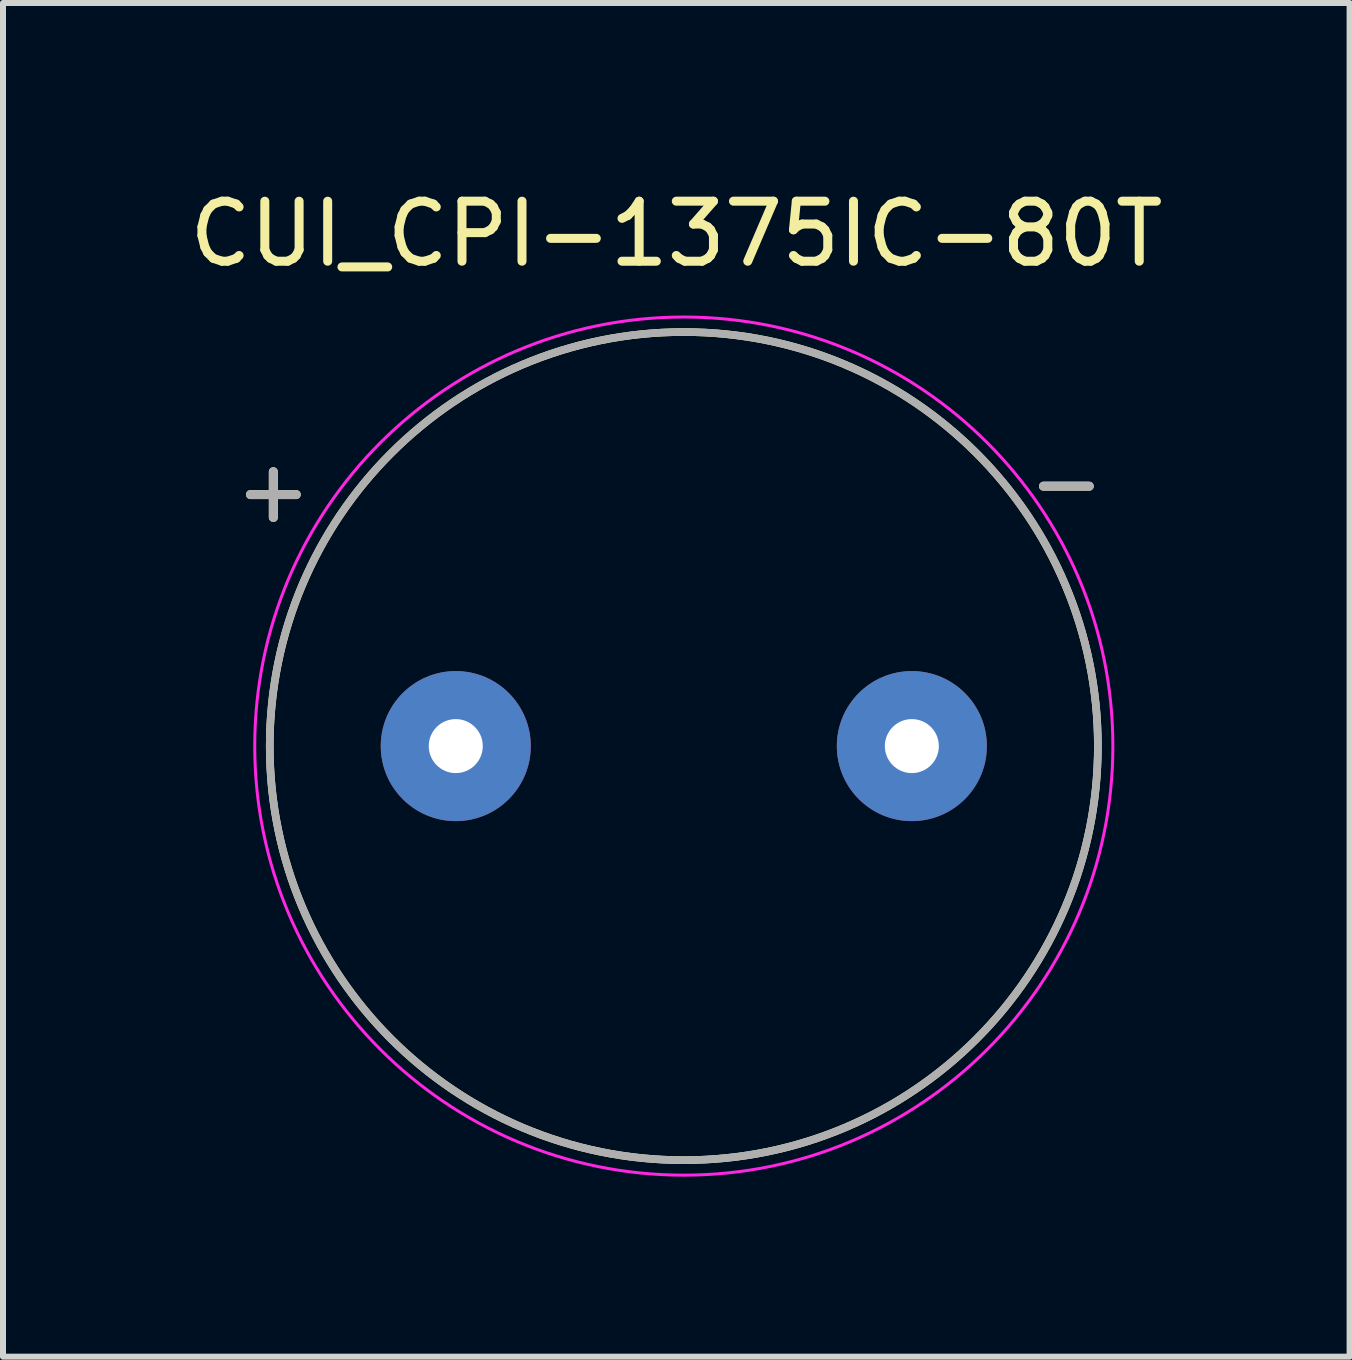
<source format=kicad_pcb>
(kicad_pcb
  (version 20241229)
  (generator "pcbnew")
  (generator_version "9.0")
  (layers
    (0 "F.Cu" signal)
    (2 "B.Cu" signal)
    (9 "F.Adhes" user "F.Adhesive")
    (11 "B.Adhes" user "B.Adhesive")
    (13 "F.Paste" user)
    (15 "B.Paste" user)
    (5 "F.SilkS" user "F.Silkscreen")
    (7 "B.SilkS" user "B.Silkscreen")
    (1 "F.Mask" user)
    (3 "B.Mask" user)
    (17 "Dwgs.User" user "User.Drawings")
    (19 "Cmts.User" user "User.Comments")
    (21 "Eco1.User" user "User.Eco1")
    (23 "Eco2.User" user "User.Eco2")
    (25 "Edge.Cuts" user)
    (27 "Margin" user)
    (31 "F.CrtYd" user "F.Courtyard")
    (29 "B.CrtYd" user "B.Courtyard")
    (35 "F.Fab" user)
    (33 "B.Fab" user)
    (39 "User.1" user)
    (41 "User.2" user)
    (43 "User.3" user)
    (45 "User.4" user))
  (footprint "CUI_CPI-1375IC-80T"
    (layer "F.Cu")
    (at 8.345 9.383)
    (property "Reference" "CUI_CPI-1375IC-80T" (at -0.125 -8.535 0) (layer "F.SilkS") (effects (font (size 1 1) (thickness 0.15))))
    (attr through_hole)
    (fp_circle (center 0 0) (end 6.9 0) (stroke (width 0.127) (type solid)) (fill no) (layer "F.SilkS"))
    (fp_circle (center 0 0) (end 7.15 0) (stroke (width 0.05) (type solid)) (fill no) (layer "F.CrtYd"))
    (fp_circle (center 0 0) (end 6.9 0) (stroke (width 0.127) (type solid)) (fill no) (layer "F.Fab"))
    (fp_text user "+" (at -6.84 -4.265 0) (layer "F.SilkS") (effects (font (size 1 1) (thickness 0.15))))
    (fp_text user "-" (at 6.375 -4.405 0) (layer "F.SilkS") (effects (font (size 1 1) (thickness 0.15))))
    (fp_text user "+" (at -6.84 -4.265 0) (layer "F.Fab") (effects (font (size 1 1) (thickness 0.15))))
    (fp_text user "-" (at 6.375 -4.405 0) (layer "F.Fab") (effects (font (size 1 1) (thickness 0.15))))
    (pad "N" thru_hole circle (at 3.8 0) (size 2.5 2.5) (drill 0.9) (layers "*.Cu" "*.Mask"))
    (pad "P" thru_hole circle (at -3.8 0) (size 2.5 2.5) (drill 0.9) (layers "*.Cu" "*.Mask")))
  (gr_rect
    (start -3 -3)
    (end 19.44 19.558)
    (stroke (width 0.1) (type default))
    (fill no)
    (layer "Edge.Cuts")))
</source>
